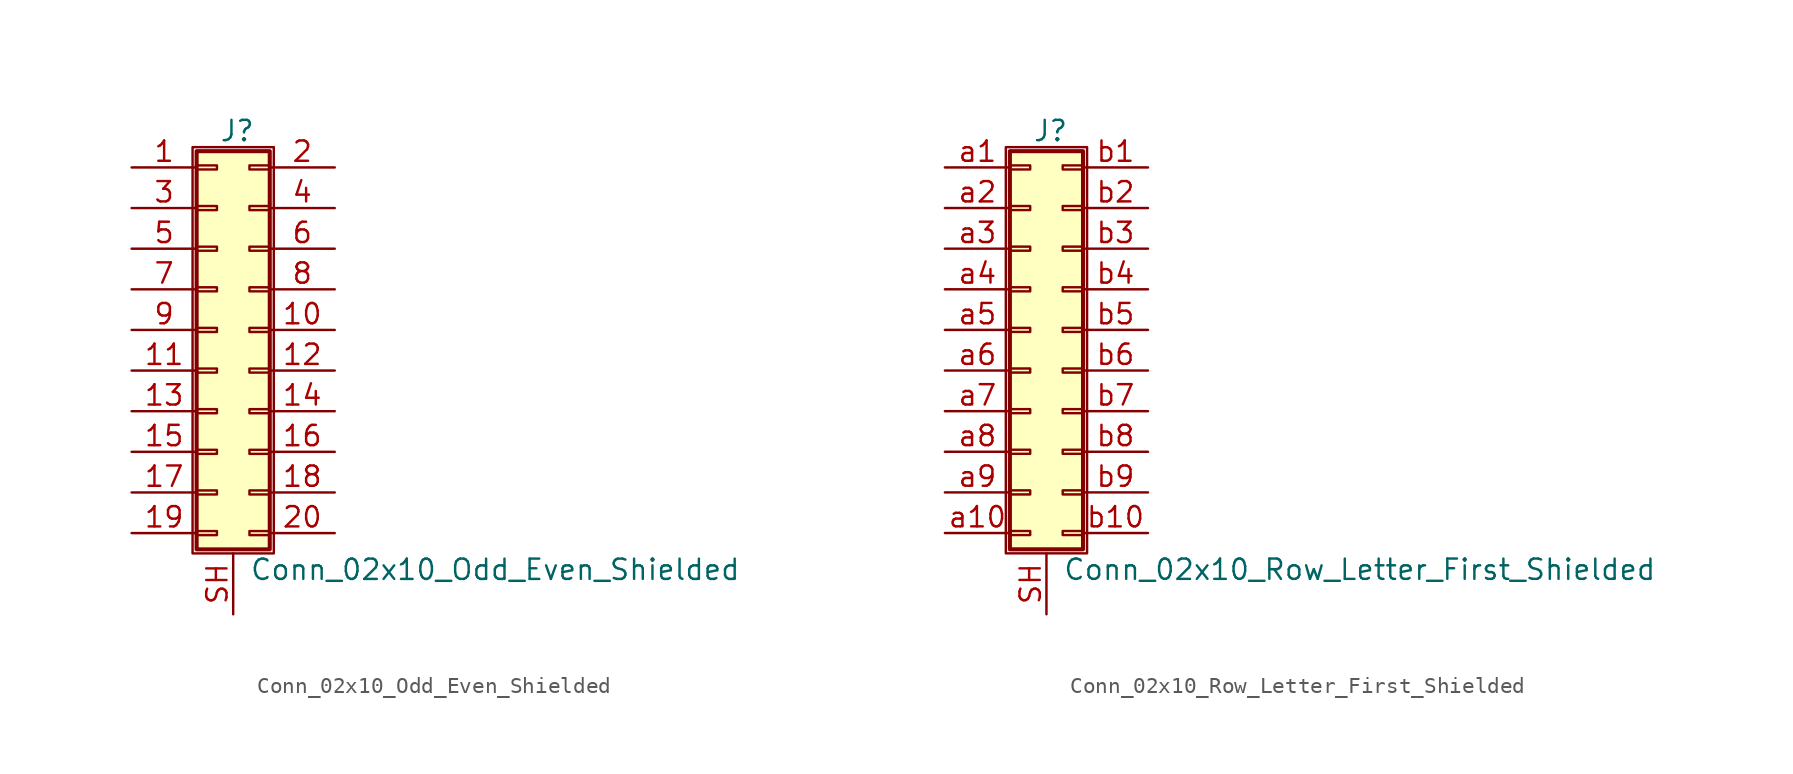
<source format=kicad_sym>
(kicad_symbol_lib
  (version 20201005)
  (generator kicad_symbol_editor)
  (symbol "Connector_Generic_Shielded:Conn_02x10_Odd_Even_Shielded"
    (pin_names
      (offset 1.016) hide)
    (property "Reference" "J"
      (at 1.524 12.446 0)
      (effects (font (size 1.27 1.27))))
    (property "Value" "Conn_02x10_Odd_Even_Shielded"
      (at 2.286 -14.986 0)
      (effects (font (size 1.27 1.27)) (justify left)))
    (symbol "Conn_02x10_Odd_Even_Shielded_1_1"
      (rectangle (start -1.016 -4.953) (end 0.254 -5.207) (stroke (width 0.152)) (fill (type none)))
      (rectangle (start -1.016 -7.493) (end 0.254 -7.747) (stroke (width 0.152)) (fill (type none)))
      (rectangle (start -1.016 -10.033) (end 0.254 -10.287) (stroke (width 0.152)) (fill (type none)))
      (rectangle (start -1.016 -12.573) (end 0.254 -12.827) (stroke (width 0.152)) (fill (type none)))
      (rectangle (start -1.016 -2.413) (end 0.254 -2.667) (stroke (width 0.152)) (fill (type none)))
      (rectangle (start -1.016 2.667) (end 0.254 2.413) (stroke (width 0.152)) (fill (type none)))
      (rectangle (start -1.016 5.207) (end 0.254 4.953) (stroke (width 0.152)) (fill (type none)))
      (rectangle (start -1.016 7.747) (end 0.254 7.493) (stroke (width 0.152)) (fill (type none)))
      (rectangle (start -1.016 10.287) (end 0.254 10.033) (stroke (width 0.152)) (fill (type none)))
      (rectangle (start -1.016 11.176) (end 3.556 -13.716) (stroke (width 0.254)) (fill (type background)))
      (rectangle (start -1.016 0.127) (end 0.254 -0.127) (stroke (width 0.152)) (fill (type none)))
      (rectangle (start -1.27 11.43) (end 3.81 -13.97) (stroke (width 0.152)) (fill (type none)))
      (rectangle (start 3.556 -4.953) (end 2.286 -5.207) (stroke (width 0.152)) (fill (type none)))
      (rectangle (start 3.556 -7.493) (end 2.286 -7.747) (stroke (width 0.152)) (fill (type none)))
      (rectangle (start 3.556 -10.033) (end 2.286 -10.287) (stroke (width 0.152)) (fill (type none)))
      (rectangle (start 3.556 -12.573) (end 2.286 -12.827) (stroke (width 0.152)) (fill (type none)))
      (rectangle (start 3.556 -2.413) (end 2.286 -2.667) (stroke (width 0.152)) (fill (type none)))
      (rectangle (start 3.556 2.667) (end 2.286 2.413) (stroke (width 0.152)) (fill (type none)))
      (rectangle (start 3.556 5.207) (end 2.286 4.953) (stroke (width 0.152)) (fill (type none)))
      (rectangle (start 3.556 7.747) (end 2.286 7.493) (stroke (width 0.152)) (fill (type none)))
      (rectangle (start 3.556 10.287) (end 2.286 10.033) (stroke (width 0.152)) (fill (type none)))
      (rectangle (start 3.556 0.127) (end 2.286 -0.127) (stroke (width 0.152)) (fill (type none)))
      (pin passive line (at -5.08 10.16 0) (length 4.064) (name "Pin_1" (effects (font (size 1.27 1.27)))) (number "1" (effects (font (size 1.27 1.27)))))
      (pin passive line (at 7.62 0 180) (length 4.064) (name "Pin_10" (effects (font (size 1.27 1.27)))) (number "10" (effects (font (size 1.27 1.27)))))
      (pin passive line (at -5.08 -2.54 0) (length 4.064) (name "Pin_11" (effects (font (size 1.27 1.27)))) (number "11" (effects (font (size 1.27 1.27)))))
      (pin passive line (at 7.62 -2.54 180) (length 4.064) (name "Pin_12" (effects (font (size 1.27 1.27)))) (number "12" (effects (font (size 1.27 1.27)))))
      (pin passive line (at -5.08 -5.08 0) (length 4.064) (name "Pin_13" (effects (font (size 1.27 1.27)))) (number "13" (effects (font (size 1.27 1.27)))))
      (pin passive line (at 7.62 -5.08 180) (length 4.064) (name "Pin_14" (effects (font (size 1.27 1.27)))) (number "14" (effects (font (size 1.27 1.27)))))
      (pin passive line (at -5.08 -7.62 0) (length 4.064) (name "Pin_15" (effects (font (size 1.27 1.27)))) (number "15" (effects (font (size 1.27 1.27)))))
      (pin passive line (at 7.62 -7.62 180) (length 4.064) (name "Pin_16" (effects (font (size 1.27 1.27)))) (number "16" (effects (font (size 1.27 1.27)))))
      (pin passive line (at -5.08 -10.16 0) (length 4.064) (name "Pin_17" (effects (font (size 1.27 1.27)))) (number "17" (effects (font (size 1.27 1.27)))))
      (pin passive line (at 7.62 -10.16 180) (length 4.064) (name "Pin_18" (effects (font (size 1.27 1.27)))) (number "18" (effects (font (size 1.27 1.27)))))
      (pin passive line (at -5.08 -12.7 0) (length 4.064) (name "Pin_19" (effects (font (size 1.27 1.27)))) (number "19" (effects (font (size 1.27 1.27)))))
      (pin passive line (at 7.62 10.16 180) (length 4.064) (name "Pin_2" (effects (font (size 1.27 1.27)))) (number "2" (effects (font (size 1.27 1.27)))))
      (pin passive line (at 7.62 -12.7 180) (length 4.064) (name "Pin_20" (effects (font (size 1.27 1.27)))) (number "20" (effects (font (size 1.27 1.27)))))
      (pin passive line (at -5.08 7.62 0) (length 4.064) (name "Pin_3" (effects (font (size 1.27 1.27)))) (number "3" (effects (font (size 1.27 1.27)))))
      (pin passive line (at 7.62 7.62 180) (length 4.064) (name "Pin_4" (effects (font (size 1.27 1.27)))) (number "4" (effects (font (size 1.27 1.27)))))
      (pin passive line (at -5.08 5.08 0) (length 4.064) (name "Pin_5" (effects (font (size 1.27 1.27)))) (number "5" (effects (font (size 1.27 1.27)))))
      (pin passive line (at 7.62 5.08 180) (length 4.064) (name "Pin_6" (effects (font (size 1.27 1.27)))) (number "6" (effects (font (size 1.27 1.27)))))
      (pin passive line (at -5.08 2.54 0) (length 4.064) (name "Pin_7" (effects (font (size 1.27 1.27)))) (number "7" (effects (font (size 1.27 1.27)))))
      (pin passive line (at 7.62 2.54 180) (length 4.064) (name "Pin_8" (effects (font (size 1.27 1.27)))) (number "8" (effects (font (size 1.27 1.27)))))
      (pin passive line (at -5.08 0 0) (length 4.064) (name "Pin_9" (effects (font (size 1.27 1.27)))) (number "9" (effects (font (size 1.27 1.27)))))
      (pin passive line (at 1.27 -17.78 90) (length 3.81) (name "Shield" (effects (font (size 1.27 1.27)))) (number "SH" (effects (font (size 1.27 1.27)))))))
  (symbol "Connector_Generic_Shielded:Conn_02x10_Row_Letter_First_Shielded"
    (pin_names
      (offset 1.016) hide)
    (property "Reference" "J"
      (at 1.524 12.446 0)
      (effects (font (size 1.27 1.27))))
    (property "Value" "Conn_02x10_Row_Letter_First_Shielded"
      (at 2.286 -14.986 0)
      (effects (font (size 1.27 1.27)) (justify left)))
    (symbol "Conn_02x10_Row_Letter_First_Shielded_1_1"
      (rectangle (start -1.016 -4.953) (end 0.254 -5.207) (stroke (width 0.152)) (fill (type none)))
      (rectangle (start -1.016 -7.493) (end 0.254 -7.747) (stroke (width 0.152)) (fill (type none)))
      (rectangle (start -1.016 -10.033) (end 0.254 -10.287) (stroke (width 0.152)) (fill (type none)))
      (rectangle (start -1.016 -12.573) (end 0.254 -12.827) (stroke (width 0.152)) (fill (type none)))
      (rectangle (start -1.016 -2.413) (end 0.254 -2.667) (stroke (width 0.152)) (fill (type none)))
      (rectangle (start -1.016 2.667) (end 0.254 2.413) (stroke (width 0.152)) (fill (type none)))
      (rectangle (start -1.016 5.207) (end 0.254 4.953) (stroke (width 0.152)) (fill (type none)))
      (rectangle (start -1.016 7.747) (end 0.254 7.493) (stroke (width 0.152)) (fill (type none)))
      (rectangle (start -1.016 10.287) (end 0.254 10.033) (stroke (width 0.152)) (fill (type none)))
      (rectangle (start -1.016 11.176) (end 3.556 -13.716) (stroke (width 0.254)) (fill (type background)))
      (rectangle (start -1.016 0.127) (end 0.254 -0.127) (stroke (width 0.152)) (fill (type none)))
      (rectangle (start -1.27 11.43) (end 3.81 -13.97) (stroke (width 0.152)) (fill (type none)))
      (rectangle (start 3.556 -4.953) (end 2.286 -5.207) (stroke (width 0.152)) (fill (type none)))
      (rectangle (start 3.556 -7.493) (end 2.286 -7.747) (stroke (width 0.152)) (fill (type none)))
      (rectangle (start 3.556 -10.033) (end 2.286 -10.287) (stroke (width 0.152)) (fill (type none)))
      (rectangle (start 3.556 -12.573) (end 2.286 -12.827) (stroke (width 0.152)) (fill (type none)))
      (rectangle (start 3.556 -2.413) (end 2.286 -2.667) (stroke (width 0.152)) (fill (type none)))
      (rectangle (start 3.556 2.667) (end 2.286 2.413) (stroke (width 0.152)) (fill (type none)))
      (rectangle (start 3.556 5.207) (end 2.286 4.953) (stroke (width 0.152)) (fill (type none)))
      (rectangle (start 3.556 7.747) (end 2.286 7.493) (stroke (width 0.152)) (fill (type none)))
      (rectangle (start 3.556 10.287) (end 2.286 10.033) (stroke (width 0.152)) (fill (type none)))
      (rectangle (start 3.556 0.127) (end 2.286 -0.127) (stroke (width 0.152)) (fill (type none)))
      (pin passive line (at -5.08 10.16 0) (length 4.064) (name "Pin_a1" (effects (font (size 1.27 1.27)))) (number "a1" (effects (font (size 1.27 1.27)))))
      (pin passive line (at -5.08 -12.7 0) (length 4.064) (name "Pin_a10" (effects (font (size 1.27 1.27)))) (number "a10" (effects (font (size 1.27 1.27)))))
      (pin passive line (at -5.08 7.62 0) (length 4.064) (name "Pin_a2" (effects (font (size 1.27 1.27)))) (number "a2" (effects (font (size 1.27 1.27)))))
      (pin passive line (at -5.08 5.08 0) (length 4.064) (name "Pin_a3" (effects (font (size 1.27 1.27)))) (number "a3" (effects (font (size 1.27 1.27)))))
      (pin passive line (at -5.08 2.54 0) (length 4.064) (name "Pin_a4" (effects (font (size 1.27 1.27)))) (number "a4" (effects (font (size 1.27 1.27)))))
      (pin passive line (at -5.08 0 0) (length 4.064) (name "Pin_a5" (effects (font (size 1.27 1.27)))) (number "a5" (effects (font (size 1.27 1.27)))))
      (pin passive line (at -5.08 -2.54 0) (length 4.064) (name "Pin_a6" (effects (font (size 1.27 1.27)))) (number "a6" (effects (font (size 1.27 1.27)))))
      (pin passive line (at -5.08 -5.08 0) (length 4.064) (name "Pin_a7" (effects (font (size 1.27 1.27)))) (number "a7" (effects (font (size 1.27 1.27)))))
      (pin passive line (at -5.08 -7.62 0) (length 4.064) (name "Pin_a8" (effects (font (size 1.27 1.27)))) (number "a8" (effects (font (size 1.27 1.27)))))
      (pin passive line (at -5.08 -10.16 0) (length 4.064) (name "Pin_a9" (effects (font (size 1.27 1.27)))) (number "a9" (effects (font (size 1.27 1.27)))))
      (pin passive line (at 7.62 10.16 180) (length 4.064) (name "Pin_b1" (effects (font (size 1.27 1.27)))) (number "b1" (effects (font (size 1.27 1.27)))))
      (pin passive line (at 7.62 -12.7 180) (length 4.064) (name "Pin_b10" (effects (font (size 1.27 1.27)))) (number "b10" (effects (font (size 1.27 1.27)))))
      (pin passive line (at 7.62 7.62 180) (length 4.064) (name "Pin_b2" (effects (font (size 1.27 1.27)))) (number "b2" (effects (font (size 1.27 1.27)))))
      (pin passive line (at 7.62 5.08 180) (length 4.064) (name "Pin_b3" (effects (font (size 1.27 1.27)))) (number "b3" (effects (font (size 1.27 1.27)))))
      (pin passive line (at 7.62 2.54 180) (length 4.064) (name "Pin_b4" (effects (font (size 1.27 1.27)))) (number "b4" (effects (font (size 1.27 1.27)))))
      (pin passive line (at 7.62 0 180) (length 4.064) (name "Pin_b5" (effects (font (size 1.27 1.27)))) (number "b5" (effects (font (size 1.27 1.27)))))
      (pin passive line (at 7.62 -2.54 180) (length 4.064) (name "Pin_b6" (effects (font (size 1.27 1.27)))) (number "b6" (effects (font (size 1.27 1.27)))))
      (pin passive line (at 7.62 -5.08 180) (length 4.064) (name "Pin_b7" (effects (font (size 1.27 1.27)))) (number "b7" (effects (font (size 1.27 1.27)))))
      (pin passive line (at 7.62 -7.62 180) (length 4.064) (name "Pin_b8" (effects (font (size 1.27 1.27)))) (number "b8" (effects (font (size 1.27 1.27)))))
      (pin passive line (at 7.62 -10.16 180) (length 4.064) (name "Pin_b9" (effects (font (size 1.27 1.27)))) (number "b9" (effects (font (size 1.27 1.27)))))
      (pin passive line (at 1.27 -17.78 90) (length 3.81) (name "Shield" (effects (font (size 1.27 1.27)))) (number "SH" (effects (font (size 1.27 1.27))))))))
</source>
